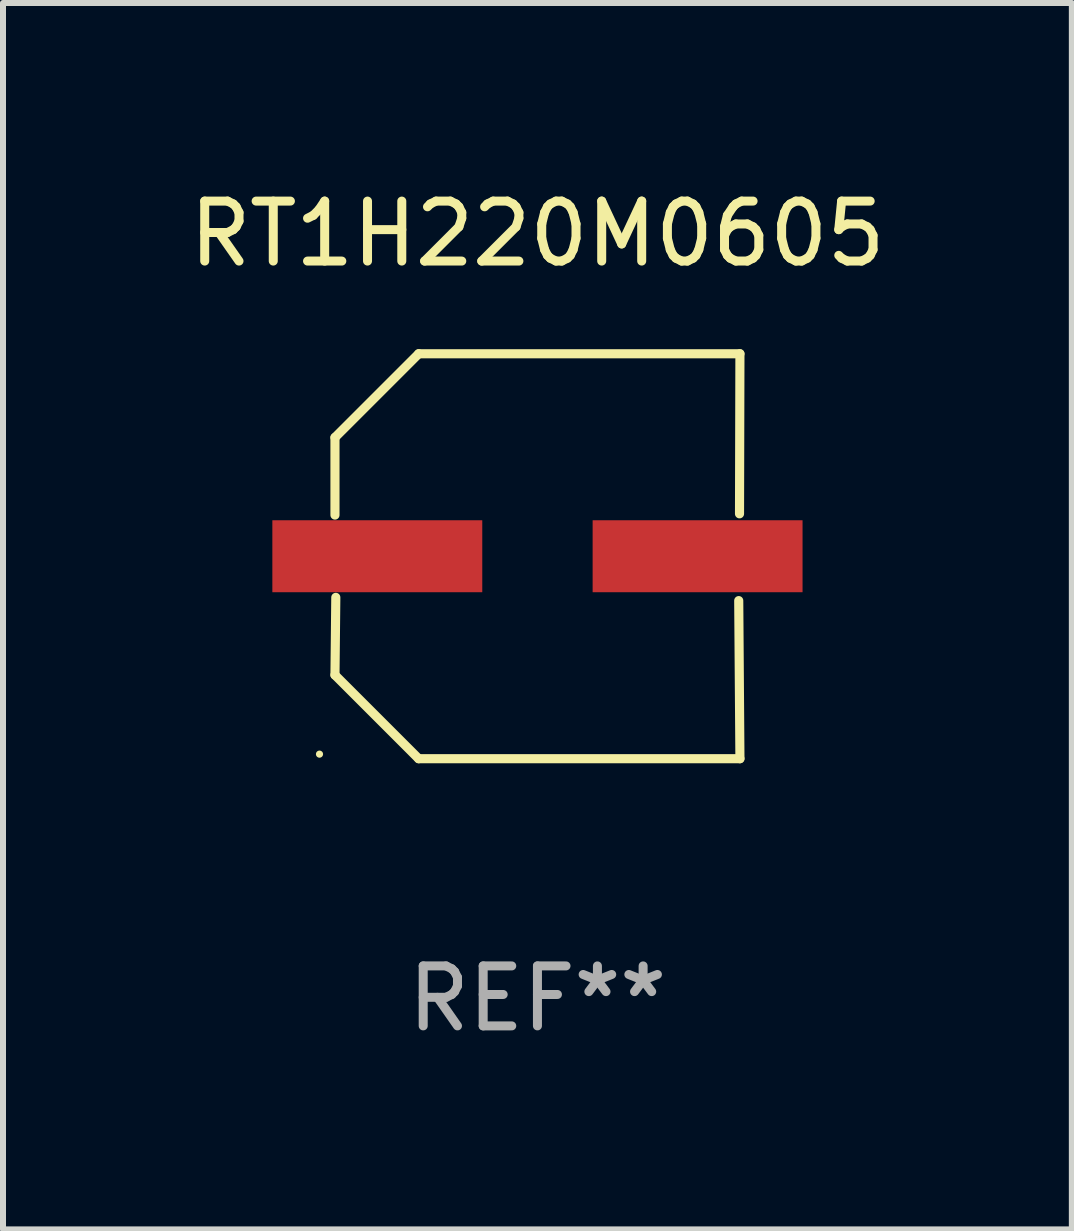
<source format=kicad_pcb>
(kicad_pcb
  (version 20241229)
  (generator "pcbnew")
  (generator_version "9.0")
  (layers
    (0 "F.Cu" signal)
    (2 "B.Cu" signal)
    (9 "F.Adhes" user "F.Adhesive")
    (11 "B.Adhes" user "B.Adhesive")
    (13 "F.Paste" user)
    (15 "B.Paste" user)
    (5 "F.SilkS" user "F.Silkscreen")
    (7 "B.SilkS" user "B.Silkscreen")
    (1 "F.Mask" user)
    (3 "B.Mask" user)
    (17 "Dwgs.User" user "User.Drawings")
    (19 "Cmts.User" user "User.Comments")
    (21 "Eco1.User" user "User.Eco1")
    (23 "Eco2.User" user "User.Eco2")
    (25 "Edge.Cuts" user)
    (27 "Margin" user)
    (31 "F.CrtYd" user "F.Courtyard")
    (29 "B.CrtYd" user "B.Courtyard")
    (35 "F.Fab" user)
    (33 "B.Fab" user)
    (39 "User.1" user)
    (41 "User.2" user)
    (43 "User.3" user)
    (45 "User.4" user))
  (footprint "RT1H220M0605"
    (layer "F.Cu")
    (at 5.911 6.224)
    (property "Reference" "RT1H220M0605" (at 0 -5.376 0) (layer "F.SilkS") (effects (font (size 1 1) (thickness 0.15))))
    (attr through_hole)
    (fp_line (start -3.376 -1.98) (end -3.376 -0.686) (stroke (width 0.152) (type solid)) (layer "F.SilkS"))
    (fp_line (start -3.376 1.981) (end -3.362 0.686) (stroke (width 0.152) (type solid)) (layer "F.SilkS"))
    (fp_line (start -1.981 3.376) (end -3.376 1.981) (stroke (width 0.152) (type solid)) (layer "F.SilkS"))
    (fp_line (start -1.98 -3.376) (end -3.376 -1.98) (stroke (width 0.152) (type solid)) (layer "F.SilkS"))
    (fp_line (start 3.356 0.74) (end 3.376 3.376) (stroke (width 0.152) (type solid)) (layer "F.SilkS"))
    (fp_line (start 3.369 -0.707) (end 3.376 -3.376) (stroke (width 0.152) (type solid)) (layer "F.SilkS"))
    (fp_line (start 3.376 3.376) (end -1.981 3.376) (stroke (width 0.152) (type solid)) (layer "F.SilkS"))
    (fp_line (start 3.376 -3.376) (end -1.98 -3.376) (stroke (width 0.152) (type solid)) (layer "F.SilkS"))
    (fp_circle (center -3.634 3.3) (end -3.604 3.3) (stroke (width 0.06) (type solid)) (fill no) (layer "F.SilkS"))
    (fp_text user "REF**" (at 0 7.376 0) (layer "F.Fab") (effects (font (size 1 1) (thickness 0.15))))
    (pad "1" smd rect (at -2.67 0.000254) (size 3.5 1.2) (layers "F.Cu" "F.Mask" "F.Paste"))
    (pad "2" smd rect (at 2.67 0.000254) (size 3.5 1.2) (layers "F.Cu" "F.Mask" "F.Paste")))
  (gr_rect
    (start -3 -3)
    (end 14.821 17.448)
    (stroke (width 0.1) (type default))
    (fill no)
    (layer "Edge.Cuts")))
</source>
